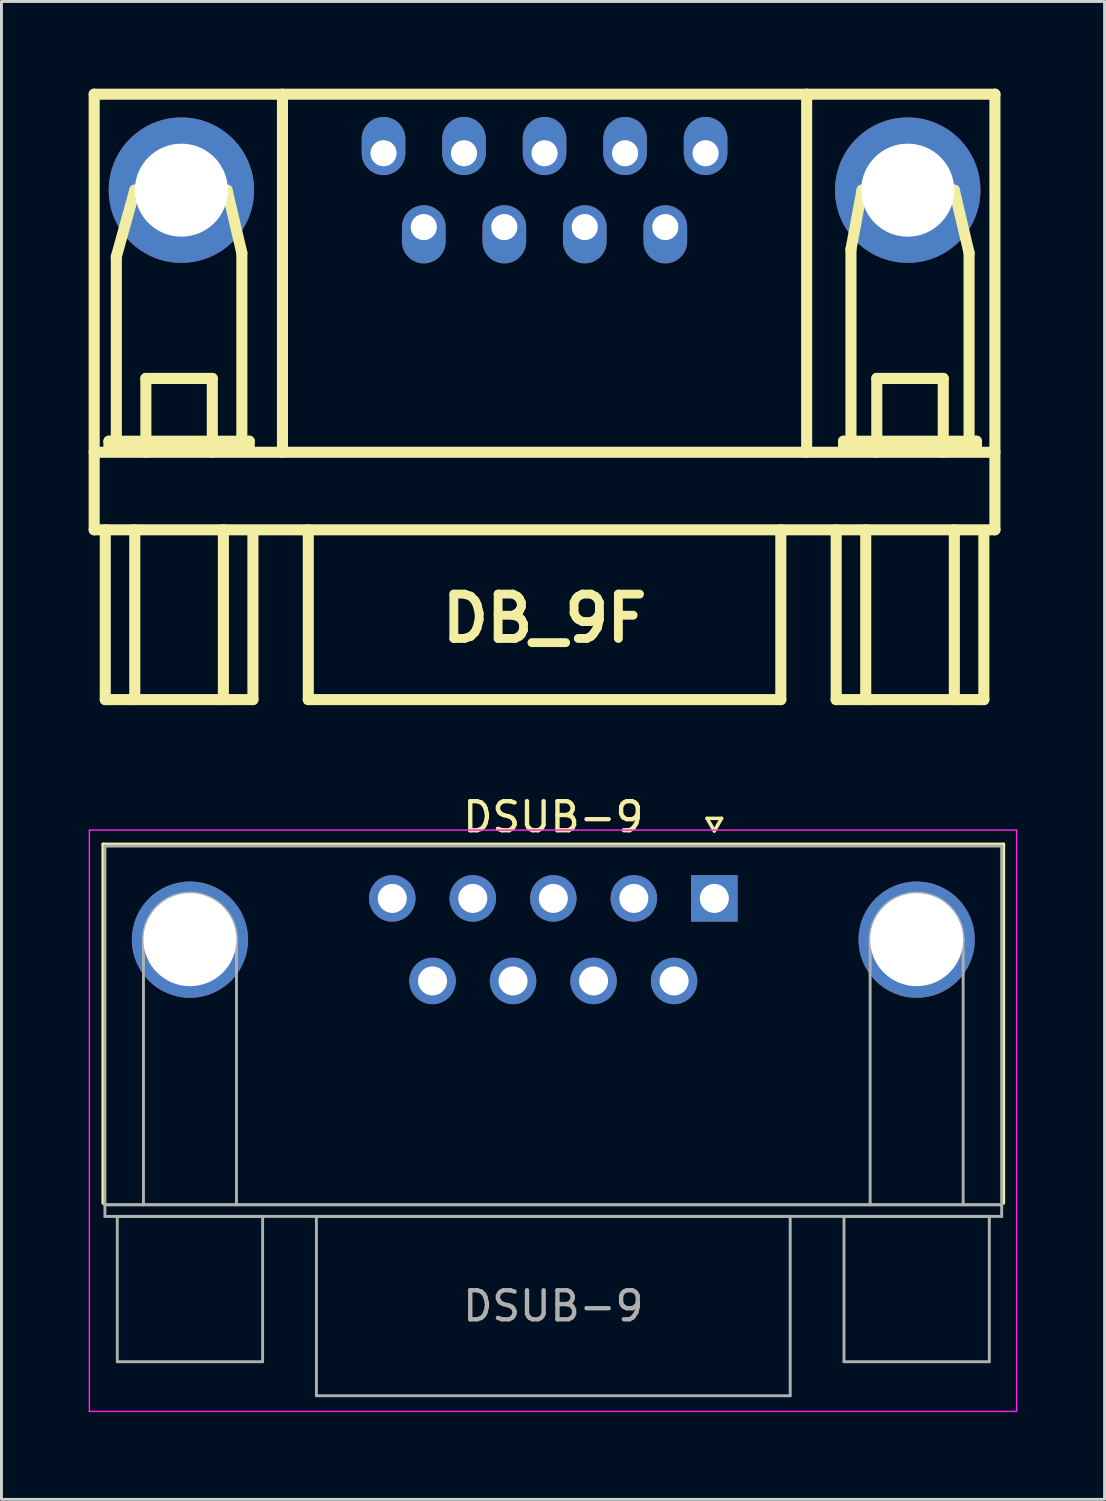
<source format=kicad_pcb>
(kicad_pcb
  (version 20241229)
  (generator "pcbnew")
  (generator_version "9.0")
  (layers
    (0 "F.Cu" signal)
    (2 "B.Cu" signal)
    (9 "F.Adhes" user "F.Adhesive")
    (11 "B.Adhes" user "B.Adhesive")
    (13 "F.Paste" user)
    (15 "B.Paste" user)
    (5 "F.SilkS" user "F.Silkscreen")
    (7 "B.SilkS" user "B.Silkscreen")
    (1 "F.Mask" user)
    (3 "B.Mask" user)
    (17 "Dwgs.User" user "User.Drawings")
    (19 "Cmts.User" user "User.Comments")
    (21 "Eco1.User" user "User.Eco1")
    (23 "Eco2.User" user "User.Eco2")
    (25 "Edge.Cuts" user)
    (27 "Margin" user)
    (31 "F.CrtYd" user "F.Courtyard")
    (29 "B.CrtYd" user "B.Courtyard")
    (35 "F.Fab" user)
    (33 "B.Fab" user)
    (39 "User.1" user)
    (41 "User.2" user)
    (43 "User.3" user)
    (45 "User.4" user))
  (footprint "DB_9F"
    (layer "F.Cu")
    (at 15.684 10.604)
    (property "Reference" "DB_9F" (at 0 7.62 0) (layer "F.SilkS") (effects (font (size 1.524 1.524) (thickness 0.305))))
    (attr through_hole)
    (fp_line (start -15.494 -10.414) (end -15.494 4.572) (stroke (width 0.381) (type solid)) (layer "F.SilkS"))
    (fp_line (start -15.494 1.905) (end 15.494 1.905) (stroke (width 0.381) (type solid)) (layer "F.SilkS"))
    (fp_line (start -15.494 4.572) (end 15.494 4.572) (stroke (width 0.381) (type solid)) (layer "F.SilkS"))
    (fp_line (start -15.113 4.572) (end -15.113 10.414) (stroke (width 0.381) (type solid)) (layer "F.SilkS"))
    (fp_line (start -15.113 10.414) (end -10.033 10.414) (stroke (width 0.381) (type solid)) (layer "F.SilkS"))
    (fp_line (start -14.986 1.524) (end -14.986 1.778) (stroke (width 0.381) (type solid)) (layer "F.SilkS"))
    (fp_line (start -14.986 1.778) (end -10.16 1.778) (stroke (width 0.381) (type solid)) (layer "F.SilkS"))
    (fp_line (start -14.732 -4.826) (end -14.097 -7.112) (stroke (width 0.381) (type solid)) (layer "F.SilkS"))
    (fp_line (start -14.732 1.524) (end -14.732 -4.826) (stroke (width 0.381) (type solid)) (layer "F.SilkS"))
    (fp_line (start -14.097 -7.112) (end -10.922 -7.112) (stroke (width 0.381) (type solid)) (layer "F.SilkS"))
    (fp_line (start -14.097 4.572) (end -14.097 10.414) (stroke (width 0.381) (type solid)) (layer "F.SilkS"))
    (fp_line (start -13.716 -0.635) (end -11.43 -0.635) (stroke (width 0.381) (type solid)) (layer "F.SilkS"))
    (fp_line (start -13.716 1.905) (end -13.716 -0.635) (stroke (width 0.381) (type solid)) (layer "F.SilkS"))
    (fp_line (start -11.43 -0.635) (end -11.43 1.905) (stroke (width 0.381) (type solid)) (layer "F.SilkS"))
    (fp_line (start -11.049 4.572) (end -11.049 10.414) (stroke (width 0.381) (type solid)) (layer "F.SilkS"))
    (fp_line (start -10.922 -7.112) (end -10.414 -4.953) (stroke (width 0.381) (type solid)) (layer "F.SilkS"))
    (fp_line (start -10.414 -4.953) (end -10.414 1.524) (stroke (width 0.381) (type solid)) (layer "F.SilkS"))
    (fp_line (start -10.16 1.524) (end -14.986 1.524) (stroke (width 0.381) (type solid)) (layer "F.SilkS"))
    (fp_line (start -10.16 1.778) (end -10.16 1.524) (stroke (width 0.381) (type solid)) (layer "F.SilkS"))
    (fp_line (start -10.033 10.414) (end -10.033 4.699) (stroke (width 0.381) (type solid)) (layer "F.SilkS"))
    (fp_line (start -9.017 1.905) (end -9.017 -10.414) (stroke (width 0.381) (type solid)) (layer "F.SilkS"))
    (fp_line (start -8.128 4.572) (end -8.128 10.414) (stroke (width 0.381) (type solid)) (layer "F.SilkS"))
    (fp_line (start -8.128 10.414) (end 8.128 10.414) (stroke (width 0.381) (type solid)) (layer "F.SilkS"))
    (fp_line (start 8.128 10.414) (end 8.128 4.572) (stroke (width 0.381) (type solid)) (layer "F.SilkS"))
    (fp_line (start 9.017 1.905) (end 9.017 -10.414) (stroke (width 0.381) (type solid)) (layer "F.SilkS"))
    (fp_line (start 10.033 4.572) (end 10.033 10.414) (stroke (width 0.381) (type solid)) (layer "F.SilkS"))
    (fp_line (start 10.033 10.414) (end 15.113 10.414) (stroke (width 0.381) (type solid)) (layer "F.SilkS"))
    (fp_line (start 10.287 1.524) (end 10.287 1.778) (stroke (width 0.381) (type solid)) (layer "F.SilkS"))
    (fp_line (start 10.287 1.778) (end 14.859 1.778) (stroke (width 0.381) (type solid)) (layer "F.SilkS"))
    (fp_line (start 10.541 -5.08) (end 10.922 -7.112) (stroke (width 0.381) (type solid)) (layer "F.SilkS"))
    (fp_line (start 10.541 1.524) (end 10.541 -5.08) (stroke (width 0.381) (type solid)) (layer "F.SilkS"))
    (fp_line (start 10.922 -7.112) (end 14.097 -7.112) (stroke (width 0.381) (type solid)) (layer "F.SilkS"))
    (fp_line (start 11.049 4.572) (end 11.049 10.414) (stroke (width 0.381) (type solid)) (layer "F.SilkS"))
    (fp_line (start 11.43 -0.635) (end 13.716 -0.635) (stroke (width 0.381) (type solid)) (layer "F.SilkS"))
    (fp_line (start 11.43 1.905) (end 11.43 -0.635) (stroke (width 0.381) (type solid)) (layer "F.SilkS"))
    (fp_line (start 13.716 -0.635) (end 13.716 1.905) (stroke (width 0.381) (type solid)) (layer "F.SilkS"))
    (fp_line (start 14.097 -7.112) (end 14.605 -4.953) (stroke (width 0.381) (type solid)) (layer "F.SilkS"))
    (fp_line (start 14.097 4.572) (end 14.097 10.414) (stroke (width 0.381) (type solid)) (layer "F.SilkS"))
    (fp_line (start 14.605 -4.953) (end 14.605 1.524) (stroke (width 0.381) (type solid)) (layer "F.SilkS"))
    (fp_line (start 14.859 1.524) (end 10.287 1.524) (stroke (width 0.381) (type solid)) (layer "F.SilkS"))
    (fp_line (start 14.859 1.778) (end 14.859 1.524) (stroke (width 0.381) (type solid)) (layer "F.SilkS"))
    (fp_line (start 15.113 10.414) (end 15.113 4.699) (stroke (width 0.381) (type solid)) (layer "F.SilkS"))
    (fp_line (start 15.494 -10.414) (end -15.494 -10.414) (stroke (width 0.381) (type solid)) (layer "F.SilkS"))
    (fp_line (start 15.494 4.572) (end 15.494 -10.414) (stroke (width 0.381) (type solid)) (layer "F.SilkS"))
    (pad "" thru_hole circle (at 12.494 -7.112) (size 5.001 5.001) (drill 3.2) (layers "*.Cu" "*.Mask"))
    (pad "0" thru_hole circle (at -12.494 -7.112) (size 5.001 5.001) (drill 3.2) (layers "*.Cu" "*.Mask"))
    (pad "1" thru_hole oval (at 5.54 -8.382) (size 1.501 1.999) (drill 0.899 (offset 0 -0.249)) (layers "*.Cu" "*.Mask"))
    (pad "2" thru_hole oval (at 2.771 -8.382) (size 1.501 1.999) (drill 0.899 (offset 0 -0.249)) (layers "*.Cu" "*.Mask"))
    (pad "3" thru_hole oval (at 0 -8.382) (size 1.501 1.999) (drill 0.899 (offset 0 -0.249)) (layers "*.Cu" "*.Mask"))
    (pad "4" thru_hole oval (at -2.771 -8.382) (size 1.501 1.999) (drill 0.899 (offset 0 -0.249)) (layers "*.Cu" "*.Mask"))
    (pad "5" thru_hole oval (at -5.54 -8.382) (size 1.501 1.999) (drill 0.899 (offset 0 -0.249)) (layers "*.Cu" "*.Mask"))
    (pad "6" thru_hole oval (at 4.155 -5.842) (size 1.501 1.999) (drill 0.899 (offset 0 0.249)) (layers "*.Cu" "*.Mask"))
    (pad "7" thru_hole oval (at 1.384 -5.842) (size 1.501 1.999) (drill 0.899 (offset 0 0.249)) (layers "*.Cu" "*.Mask"))
    (pad "8" thru_hole oval (at -1.384 -5.842) (size 1.501 1.999) (drill 0.899 (offset 0 0.249)) (layers "*.Cu" "*.Mask"))
    (pad "9" thru_hole oval (at -4.155 -5.842) (size 1.501 1.999) (drill 0.899 (offset 0 0.249)) (layers "*.Cu" "*.Mask")))
  (footprint "DSUB-9"
    (layer "F.Cu")
    (at 21.525 27.857)
    (property "Reference" "DSUB-9" (at -5.54 -2.8 0) (layer "F.SilkS") (effects (font (size 1 1) (thickness 0.15))))
    (attr through_hole)
    (fp_line (start -21.025 -1.86) (end 9.945 -1.86) (stroke (width 0.12) (type solid)) (layer "F.SilkS"))
    (fp_line (start -21.025 10.48) (end -21.025 -1.86) (stroke (width 0.12) (type solid)) (layer "F.SilkS"))
    (fp_line (start -0.25 -2.754) (end 0.25 -2.754) (stroke (width 0.12) (type solid)) (layer "F.SilkS"))
    (fp_line (start 0 -2.321) (end -0.25 -2.754) (stroke (width 0.12) (type solid)) (layer "F.SilkS"))
    (fp_line (start 0.25 -2.754) (end 0 -2.321) (stroke (width 0.12) (type solid)) (layer "F.SilkS"))
    (fp_line (start 9.945 -1.86) (end 9.945 10.48) (stroke (width 0.12) (type solid)) (layer "F.SilkS"))
    (fp_line (start -21.5 -2.35) (end -21.5 17.65) (stroke (width 0.05) (type solid)) (layer "F.CrtYd"))
    (fp_line (start -21.5 17.65) (end 10.4 17.65) (stroke (width 0.05) (type solid)) (layer "F.CrtYd"))
    (fp_line (start 10.4 -2.35) (end -21.5 -2.35) (stroke (width 0.05) (type solid)) (layer "F.CrtYd"))
    (fp_line (start 10.4 17.65) (end 10.4 -2.35) (stroke (width 0.05) (type solid)) (layer "F.CrtYd"))
    (fp_line (start -20.965 -1.8) (end -20.965 10.54) (stroke (width 0.1) (type solid)) (layer "F.Fab"))
    (fp_line (start -20.965 10.54) (end -20.965 10.94) (stroke (width 0.1) (type solid)) (layer "F.Fab"))
    (fp_line (start -20.965 10.54) (end 9.885 10.54) (stroke (width 0.1) (type solid)) (layer "F.Fab"))
    (fp_line (start -20.965 10.94) (end 9.885 10.94) (stroke (width 0.1) (type solid)) (layer "F.Fab"))
    (fp_line (start -20.54 10.94) (end -20.54 15.94) (stroke (width 0.1) (type solid)) (layer "F.Fab"))
    (fp_line (start -20.54 15.94) (end -15.54 15.94) (stroke (width 0.1) (type solid)) (layer "F.Fab"))
    (fp_line (start -19.64 10.54) (end -19.64 1.42) (stroke (width 0.1) (type solid)) (layer "F.Fab"))
    (fp_line (start -16.44 10.54) (end -16.44 1.42) (stroke (width 0.1) (type solid)) (layer "F.Fab"))
    (fp_line (start -15.54 10.94) (end -20.54 10.94) (stroke (width 0.1) (type solid)) (layer "F.Fab"))
    (fp_line (start -15.54 15.94) (end -15.54 10.94) (stroke (width 0.1) (type solid)) (layer "F.Fab"))
    (fp_line (start -13.69 10.94) (end -13.69 17.11) (stroke (width 0.1) (type solid)) (layer "F.Fab"))
    (fp_line (start -13.69 17.11) (end 2.61 17.11) (stroke (width 0.1) (type solid)) (layer "F.Fab"))
    (fp_line (start 2.61 10.94) (end -13.69 10.94) (stroke (width 0.1) (type solid)) (layer "F.Fab"))
    (fp_line (start 2.61 17.11) (end 2.61 10.94) (stroke (width 0.1) (type solid)) (layer "F.Fab"))
    (fp_line (start 4.46 10.94) (end 4.46 15.94) (stroke (width 0.1) (type solid)) (layer "F.Fab"))
    (fp_line (start 4.46 15.94) (end 9.46 15.94) (stroke (width 0.1) (type solid)) (layer "F.Fab"))
    (fp_line (start 5.36 10.54) (end 5.36 1.42) (stroke (width 0.1) (type solid)) (layer "F.Fab"))
    (fp_line (start 8.56 10.54) (end 8.56 1.42) (stroke (width 0.1) (type solid)) (layer "F.Fab"))
    (fp_line (start 9.46 10.94) (end 4.46 10.94) (stroke (width 0.1) (type solid)) (layer "F.Fab"))
    (fp_line (start 9.46 15.94) (end 9.46 10.94) (stroke (width 0.1) (type solid)) (layer "F.Fab"))
    (fp_line (start 9.885 -1.8) (end -20.965 -1.8) (stroke (width 0.1) (type solid)) (layer "F.Fab"))
    (fp_line (start 9.885 10.54) (end -20.965 10.54) (stroke (width 0.1) (type solid)) (layer "F.Fab"))
    (fp_line (start 9.885 10.54) (end 9.885 -1.8) (stroke (width 0.1) (type solid)) (layer "F.Fab"))
    (fp_line (start 9.885 10.94) (end 9.885 10.54) (stroke (width 0.1) (type solid)) (layer "F.Fab"))
    (fp_arc (start -19.64 1.42) (mid -18.04 -0.18) (end -16.44 1.42) (stroke (width 0.1) (type solid)) (layer "F.Fab"))
    (fp_arc (start 5.36 1.42) (mid 6.96 -0.18) (end 8.56 1.42) (stroke (width 0.1) (type solid)) (layer "F.Fab"))
    (fp_text user "${REFERENCE}" (at -5.54 14.025 0) (layer "F.Fab") (effects (font (size 1 1) (thickness 0.15))))
    (pad "0" thru_hole circle (at -18.04 1.42) (size 4 4) (drill 3.2) (layers "*.Cu" "*.Mask"))
    (pad "0" thru_hole circle (at 6.96 1.42) (size 4 4) (drill 3.2) (layers "*.Cu" "*.Mask"))
    (pad "1" thru_hole rect (at 0 0) (size 1.6 1.6) (drill 1) (layers "*.Cu" "*.Mask"))
    (pad "2" thru_hole circle (at -2.77 0) (size 1.6 1.6) (drill 1) (layers "*.Cu" "*.Mask"))
    (pad "3" thru_hole circle (at -5.54 0) (size 1.6 1.6) (drill 1) (layers "*.Cu" "*.Mask"))
    (pad "4" thru_hole circle (at -8.31 0) (size 1.6 1.6) (drill 1) (layers "*.Cu" "*.Mask"))
    (pad "5" thru_hole circle (at -11.08 0) (size 1.6 1.6) (drill 1) (layers "*.Cu" "*.Mask"))
    (pad "6" thru_hole circle (at -1.385 2.84) (size 1.6 1.6) (drill 1) (layers "*.Cu" "*.Mask"))
    (pad "7" thru_hole circle (at -4.155 2.84) (size 1.6 1.6) (drill 1) (layers "*.Cu" "*.Mask"))
    (pad "8" thru_hole circle (at -6.925 2.84) (size 1.6 1.6) (drill 1) (layers "*.Cu" "*.Mask"))
    (pad "9" thru_hole circle (at -9.695 2.84) (size 1.6 1.6) (drill 1) (layers "*.Cu" "*.Mask")))
  (gr_rect
    (start -3 -3)
    (end 34.95 48.532)
    (stroke (width 0.1) (type default))
    (fill no)
    (layer "Edge.Cuts")))
</source>
